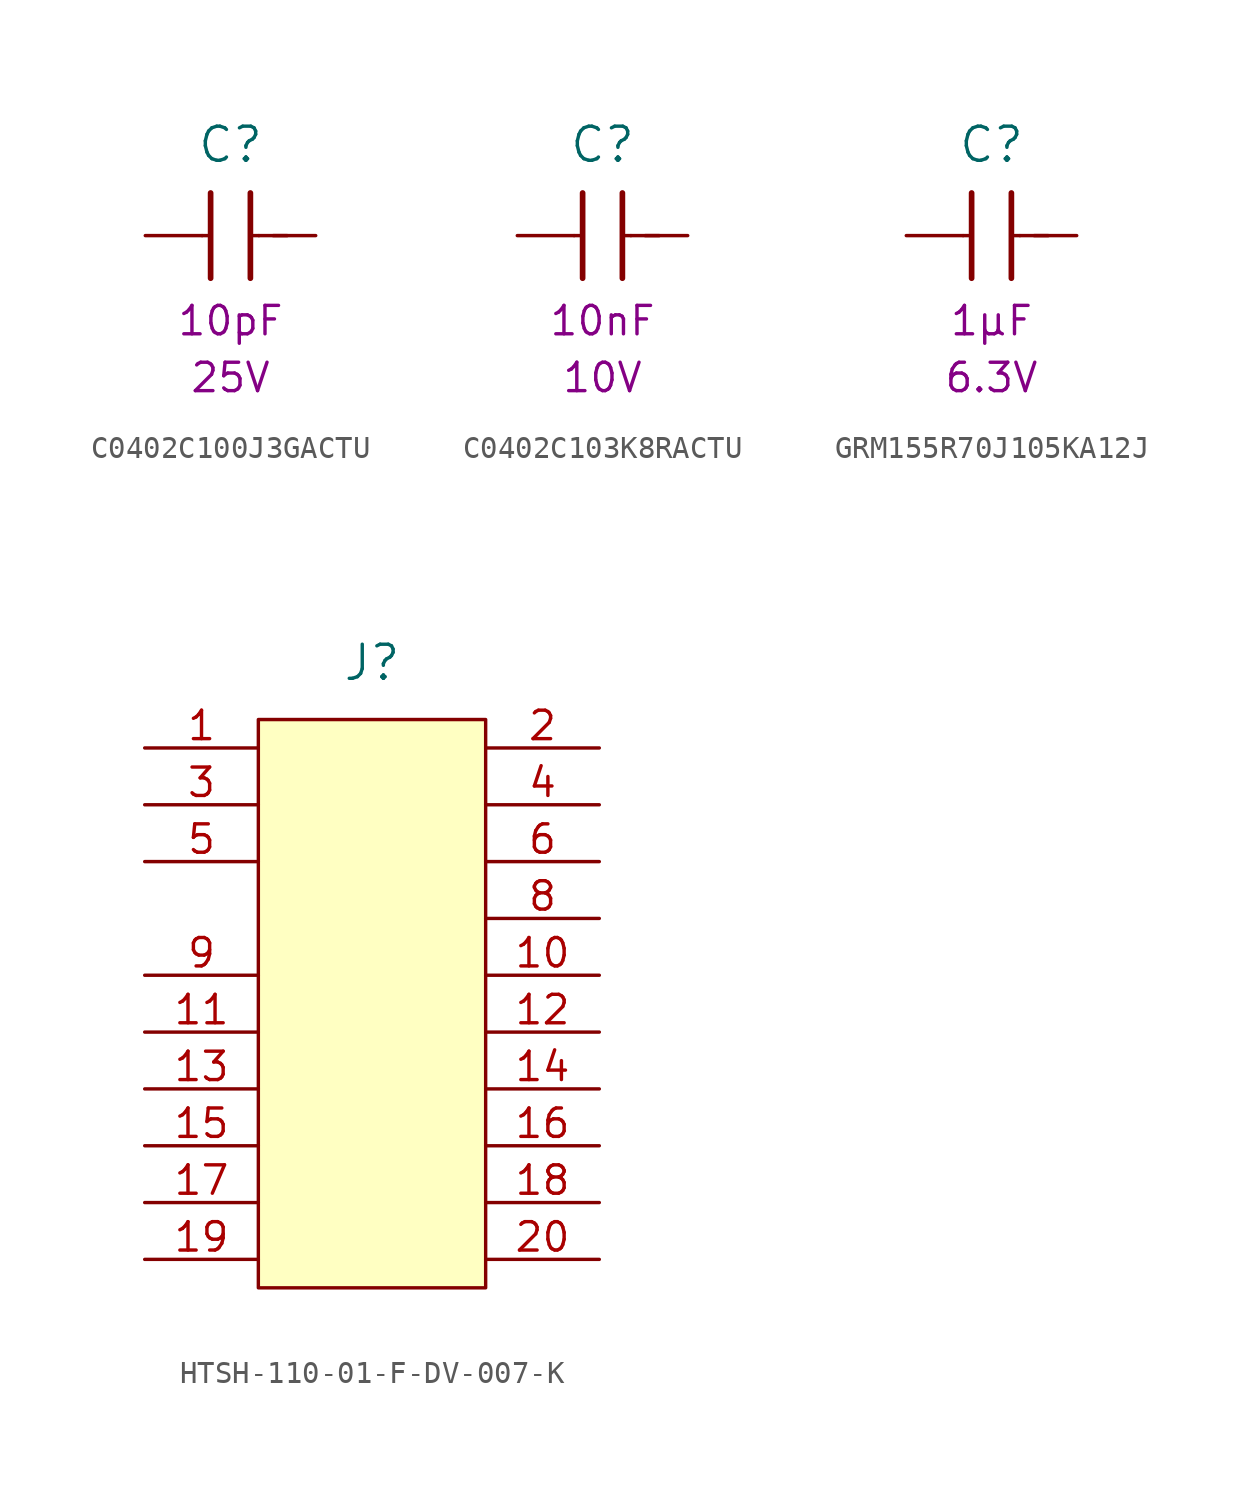
<source format=kicad_sym>
(kicad_symbol_lib
  (version 20211014)
  (generator kicad_symbol_editor)
  (symbol "C0402C100J3GACTU"
    (pin_numbers hide)
    (pin_names
      (offset 0) hide)
    (property "Reference" "C"
      (at 0 4.064 0)
      (effects (font (size 1.524 1.524))))
    (property "Capacitance (Farad)" "10pF"
      (at 0 -3.81 0)
      (effects (font (size 1.27 1.27))))
    (property "Voltage Rated (Volt)" "25V"
      (at 0 -6.35 0)
      (effects (font (size 1.27 1.27))))
    (symbol "C0402C100J3GACTU_0_1"
      (polyline (pts (xy -1.27 0) (xy -1.016 0)) (stroke (width 0) (type default) (color 0 0 0 0)) (fill (type none)))
      (polyline (pts (xy -0.889 1.905) (xy -0.889 -1.905)) (stroke (width 0.254) (type default) (color 0 0 0 0)) (fill (type none)))
      (polyline (pts (xy 0.889 1.905) (xy 0.889 -1.905)) (stroke (width 0.254) (type default) (color 0 0 0 0)) (fill (type none)))
      (polyline (pts (xy 1.27 0) (xy 1.016 0)) (stroke (width 0) (type default) (color 0 0 0 0)) (fill (type none)))
      (polyline (pts (xy 1.905 0) (xy 2.54 0)) (stroke (width 0) (type default) (color 0 0 0 0)) (fill (type none))))
    (symbol "C0402C100J3GACTU_1_1"
      (pin passive line (at -3.81 0 0) (length 2.54) (name "1" (effects (font (size 1.27 1.27)))) (number "1" (effects (font (size 1.27 1.27)))))
      (pin passive line (at 3.81 0 180) (length 2.54) (name "2" (effects (font (size 1.27 1.27)))) (number "2" (effects (font (size 1.27 1.27)))))))
  (symbol "C0402C103K8RACTU"
    (pin_numbers hide)
    (pin_names
      (offset 0) hide)
    (property "Reference" "C"
      (at 0 4.064 0)
      (effects (font (size 1.524 1.524))))
    (property "Capacitance (Farad)" "10nF"
      (at 0 -3.81 0)
      (effects (font (size 1.27 1.27))))
    (property "Voltage Rated (Volt)" "10V"
      (at 0 -6.35 0)
      (effects (font (size 1.27 1.27))))
    (symbol "C0402C103K8RACTU_0_1"
      (polyline (pts (xy -1.27 0) (xy -1.016 0)) (stroke (width 0) (type default) (color 0 0 0 0)) (fill (type none)))
      (polyline (pts (xy -0.889 1.905) (xy -0.889 -1.905)) (stroke (width 0.254) (type default) (color 0 0 0 0)) (fill (type none)))
      (polyline (pts (xy 0.889 1.905) (xy 0.889 -1.905)) (stroke (width 0.254) (type default) (color 0 0 0 0)) (fill (type none)))
      (polyline (pts (xy 1.27 0) (xy 1.016 0)) (stroke (width 0) (type default) (color 0 0 0 0)) (fill (type none)))
      (polyline (pts (xy 1.905 0) (xy 2.54 0)) (stroke (width 0) (type default) (color 0 0 0 0)) (fill (type none))))
    (symbol "C0402C103K8RACTU_1_1"
      (pin passive line (at -3.81 0 0) (length 2.54) (name "1" (effects (font (size 1.27 1.27)))) (number "1" (effects (font (size 1.27 1.27)))))
      (pin passive line (at 3.81 0 180) (length 2.54) (name "2" (effects (font (size 1.27 1.27)))) (number "2" (effects (font (size 1.27 1.27)))))))
  (symbol "GRM155R70J105KA12J"
    (pin_numbers hide)
    (pin_names
      (offset 0) hide)
    (property "Reference" "C"
      (at 0 4.064 0)
      (effects (font (size 1.524 1.524))))
    (property "Capacitance (Farad)" "1µF"
      (at 0 -3.81 0)
      (effects (font (size 1.27 1.27))))
    (property "Voltage Rated (Volt)" "6.3V"
      (at 0 -6.35 0)
      (effects (font (size 1.27 1.27))))
    (symbol "GRM155R70J105KA12J_0_1"
      (polyline (pts (xy -1.27 0) (xy -1.016 0)) (stroke (width 0) (type default) (color 0 0 0 0)) (fill (type none)))
      (polyline (pts (xy -0.889 1.905) (xy -0.889 -1.905)) (stroke (width 0.254) (type default) (color 0 0 0 0)) (fill (type none)))
      (polyline (pts (xy 0.889 1.905) (xy 0.889 -1.905)) (stroke (width 0.254) (type default) (color 0 0 0 0)) (fill (type none)))
      (polyline (pts (xy 1.27 0) (xy 1.016 0)) (stroke (width 0) (type default) (color 0 0 0 0)) (fill (type none)))
      (polyline (pts (xy 1.905 0) (xy 2.54 0)) (stroke (width 0) (type default) (color 0 0 0 0)) (fill (type none))))
    (symbol "GRM155R70J105KA12J_1_1"
      (pin passive line (at -3.81 0 0) (length 2.54) (name "1" (effects (font (size 1.27 1.27)))) (number "1" (effects (font (size 1.27 1.27)))))
      (pin passive line (at 3.81 0 180) (length 2.54) (name "2" (effects (font (size 1.27 1.27)))) (number "2" (effects (font (size 1.27 1.27)))))))
  (symbol "HTSH-110-01-F-DV-007-K"
    (pin_names
      (offset 1.016) hide)
    (property "Reference" "J"
      (at 0 15.24 0)
      (effects (font (size 1.524 1.524))))
    (symbol "HTSH-110-01-F-DV-007-K_0_1"
      (rectangle (start -5.08 12.7) (end 5.08 -12.7) (stroke (width 0) (type default) (color 0 0 0 0)) (fill (type background))))
    (symbol "HTSH-110-01-F-DV-007-K_1_1"
      (pin passive line (at -10.16 11.43 0) (length 5.08) (name "1" (effects (font (size 1.27 1.27)))) (number "1" (effects (font (size 1.27 1.27)))))
      (pin passive line (at 10.16 1.27 180) (length 5.08) (name "10" (effects (font (size 1.27 1.27)))) (number "10" (effects (font (size 1.27 1.27)))))
      (pin passive line (at -10.16 -1.27 0) (length 5.08) (name "11" (effects (font (size 1.27 1.27)))) (number "11" (effects (font (size 1.27 1.27)))))
      (pin passive line (at 10.16 -1.27 180) (length 5.08) (name "12" (effects (font (size 1.27 1.27)))) (number "12" (effects (font (size 1.27 1.27)))))
      (pin passive line (at -10.16 -3.81 0) (length 5.08) (name "13" (effects (font (size 1.27 1.27)))) (number "13" (effects (font (size 1.27 1.27)))))
      (pin passive line (at 10.16 -3.81 180) (length 5.08) (name "14" (effects (font (size 1.27 1.27)))) (number "14" (effects (font (size 1.27 1.27)))))
      (pin passive line (at -10.16 -6.35 0) (length 5.08) (name "15" (effects (font (size 1.27 1.27)))) (number "15" (effects (font (size 1.27 1.27)))))
      (pin passive line (at 10.16 -6.35 180) (length 5.08) (name "16" (effects (font (size 1.27 1.27)))) (number "16" (effects (font (size 1.27 1.27)))))
      (pin passive line (at -10.16 -8.89 0) (length 5.08) (name "17" (effects (font (size 1.27 1.27)))) (number "17" (effects (font (size 1.27 1.27)))))
      (pin passive line (at 10.16 -8.89 180) (length 5.08) (name "18" (effects (font (size 1.27 1.27)))) (number "18" (effects (font (size 1.27 1.27)))))
      (pin passive line (at -10.16 -11.43 0) (length 5.08) (name "19" (effects (font (size 1.27 1.27)))) (number "19" (effects (font (size 1.27 1.27)))))
      (pin passive line (at 10.16 11.43 180) (length 5.08) (name "2" (effects (font (size 1.27 1.27)))) (number "2" (effects (font (size 1.27 1.27)))))
      (pin passive line (at 10.16 -11.43 180) (length 5.08) (name "20" (effects (font (size 1.27 1.27)))) (number "20" (effects (font (size 1.27 1.27)))))
      (pin passive line (at -10.16 8.89 0) (length 5.08) (name "3" (effects (font (size 1.27 1.27)))) (number "3" (effects (font (size 1.27 1.27)))))
      (pin passive line (at 10.16 8.89 180) (length 5.08) (name "4" (effects (font (size 1.27 1.27)))) (number "4" (effects (font (size 1.27 1.27)))))
      (pin passive line (at -10.16 6.35 0) (length 5.08) (name "5" (effects (font (size 1.27 1.27)))) (number "5" (effects (font (size 1.27 1.27)))))
      (pin passive line (at 10.16 6.35 180) (length 5.08) (name "6" (effects (font (size 1.27 1.27)))) (number "6" (effects (font (size 1.27 1.27)))))
      (pin passive line (at 10.16 3.81 180) (length 5.08) (name "8" (effects (font (size 1.27 1.27)))) (number "8" (effects (font (size 1.27 1.27)))))
      (pin passive line (at -10.16 1.27 0) (length 5.08) (name "9" (effects (font (size 1.27 1.27)))) (number "9" (effects (font (size 1.27 1.27))))))))
</source>
